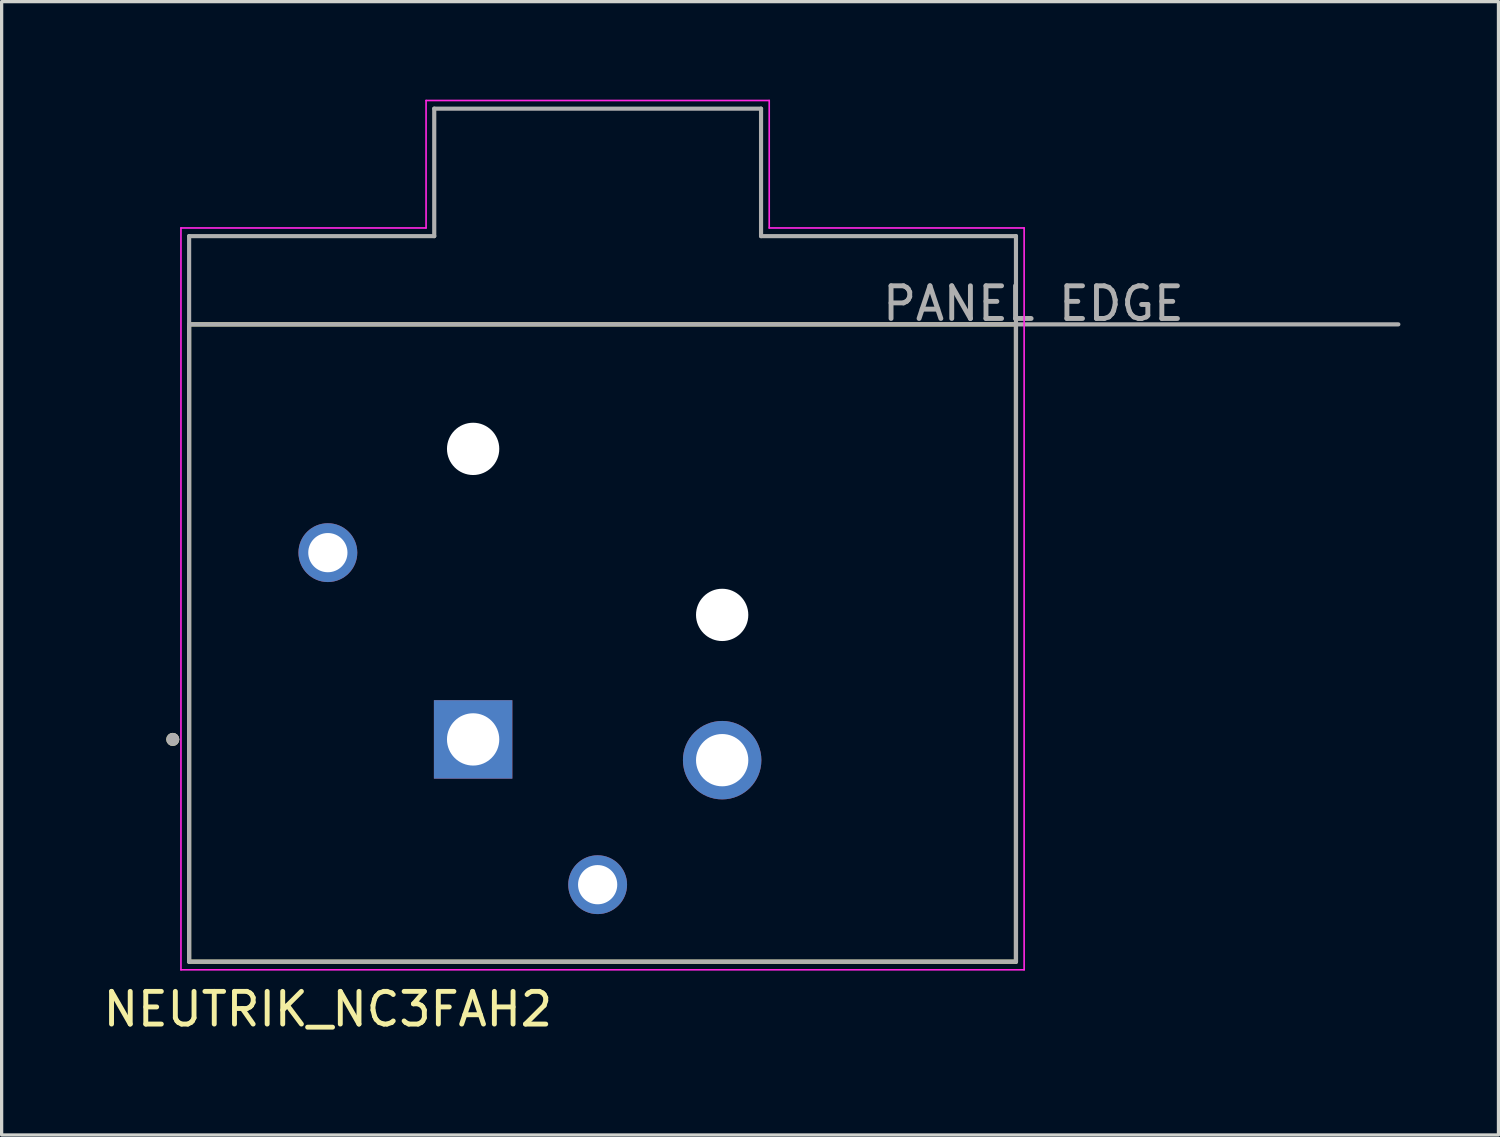
<source format=kicad_pcb>
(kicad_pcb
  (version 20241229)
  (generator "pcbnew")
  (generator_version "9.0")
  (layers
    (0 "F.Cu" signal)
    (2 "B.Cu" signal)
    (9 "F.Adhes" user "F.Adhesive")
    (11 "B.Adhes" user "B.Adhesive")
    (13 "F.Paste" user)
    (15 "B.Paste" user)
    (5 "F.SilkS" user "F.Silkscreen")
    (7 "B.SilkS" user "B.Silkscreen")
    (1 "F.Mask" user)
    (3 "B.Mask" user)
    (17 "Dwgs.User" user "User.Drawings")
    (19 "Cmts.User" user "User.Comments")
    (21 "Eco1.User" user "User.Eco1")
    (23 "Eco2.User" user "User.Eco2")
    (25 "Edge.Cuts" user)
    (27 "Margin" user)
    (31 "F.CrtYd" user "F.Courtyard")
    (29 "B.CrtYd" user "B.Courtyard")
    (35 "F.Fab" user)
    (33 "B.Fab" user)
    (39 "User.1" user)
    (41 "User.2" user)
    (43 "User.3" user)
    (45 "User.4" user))
  (footprint "NEUTRIK_NC3FAH2"
    (layer "F.Cu")
    (at 15.237 6.875)
    (property "Reference" "NEUTRIK_NC3FAH2" (at -8.255 20.955 0) (layer "F.SilkS") (effects (font (size 1 1) (thickness 0.15))))
    (attr through_hole)
    (fp_line (start -12.5 0) (end 12.8 0) (stroke (width 0.127) (type solid)) (layer "F.SilkS"))
    (fp_line (start -12.5 19.5) (end -12.5 0) (stroke (width 0.127) (type solid)) (layer "F.SilkS"))
    (fp_line (start 12.8 0) (end 12.8 19.5) (stroke (width 0.127) (type solid)) (layer "F.SilkS"))
    (fp_line (start 12.8 19.5) (end -12.5 19.5) (stroke (width 0.127) (type solid)) (layer "F.SilkS"))
    (fp_circle (center -13 12.7) (end -12.9 12.7) (stroke (width 0.2) (type solid)) (fill no) (layer "F.SilkS"))
    (fp_line (start -12.75 -2.95) (end -5.25 -2.95) (stroke (width 0.05) (type solid)) (layer "F.CrtYd"))
    (fp_line (start -12.75 19.75) (end -12.75 -2.95) (stroke (width 0.05) (type solid)) (layer "F.CrtYd"))
    (fp_line (start -5.25 -6.85) (end 5.25 -6.85) (stroke (width 0.05) (type solid)) (layer "F.CrtYd"))
    (fp_line (start -5.25 -2.95) (end -5.25 -6.85) (stroke (width 0.05) (type solid)) (layer "F.CrtYd"))
    (fp_line (start 5.25 -6.85) (end 5.25 -2.95) (stroke (width 0.05) (type solid)) (layer "F.CrtYd"))
    (fp_line (start 5.25 -2.95) (end 13.05 -2.95) (stroke (width 0.05) (type solid)) (layer "F.CrtYd"))
    (fp_line (start 13.05 -2.95) (end 13.05 19.75) (stroke (width 0.05) (type solid)) (layer "F.CrtYd"))
    (fp_line (start 13.05 19.75) (end -12.75 19.75) (stroke (width 0.05) (type solid)) (layer "F.CrtYd"))
    (fp_line (start -12.5 -2.7) (end -12.5 0) (stroke (width 0.127) (type solid)) (layer "F.Fab"))
    (fp_line (start -12.5 0) (end -12.5 19.5) (stroke (width 0.127) (type solid)) (layer "F.Fab"))
    (fp_line (start -12.5 0) (end 24.5 0) (stroke (width 0.127) (type solid)) (layer "F.Fab"))
    (fp_line (start -12.5 19.5) (end 12.8 19.5) (stroke (width 0.127) (type solid)) (layer "F.Fab"))
    (fp_line (start -5 -6.6) (end -5 -2.7) (stroke (width 0.127) (type solid)) (layer "F.Fab"))
    (fp_line (start -5 -2.7) (end -12.5 -2.7) (stroke (width 0.127) (type solid)) (layer "F.Fab"))
    (fp_line (start 5 -6.6) (end -5 -6.6) (stroke (width 0.127) (type solid)) (layer "F.Fab"))
    (fp_line (start 5 -2.7) (end 5 -6.6) (stroke (width 0.127) (type solid)) (layer "F.Fab"))
    (fp_line (start 12.8 -2.7) (end 5 -2.7) (stroke (width 0.127) (type solid)) (layer "F.Fab"))
    (fp_line (start 12.8 19.5) (end 12.8 -2.7) (stroke (width 0.127) (type solid)) (layer "F.Fab"))
    (fp_circle (center -13 12.7) (end -12.9 12.7) (stroke (width 0.2) (type solid)) (fill no) (layer "F.Fab"))
    (fp_text user "PANEL EDGE" (at 13.335 -0.635 0) (layer "F.Fab") (effects (font (size 1 1) (thickness 0.15))))
    (pad "" np_thru_hole circle (at -3.81 3.81) (size 1.6 1.6) (drill 1.6) (layers "*.Cu" "*.Mask"))
    (pad "" np_thru_hole circle (at 3.81 8.89) (size 1.6 1.6) (drill 1.6) (layers "*.Cu" "*.Mask"))
    (pad "1" thru_hole rect (at -3.81 12.7) (size 2.4 2.4) (drill 1.6) (layers "*.Cu" "*.Mask"))
    (pad "2" thru_hole circle (at 3.81 13.335) (size 2.4 2.4) (drill 1.6) (layers "*.Cu" "*.Mask"))
    (pad "3" thru_hole circle (at 0 17.145) (size 1.8 1.8) (drill 1.2) (layers "*.Cu" "*.Mask"))
    (pad "G" thru_hole circle (at -8.255 6.985) (size 1.8 1.8) (drill 1.2) (layers "*.Cu" "*.Mask")))
  (gr_rect
    (start -3 -3)
    (end 42.801 31.678)
    (stroke (width 0.1) (type default))
    (fill no)
    (layer "Edge.Cuts")))
</source>
